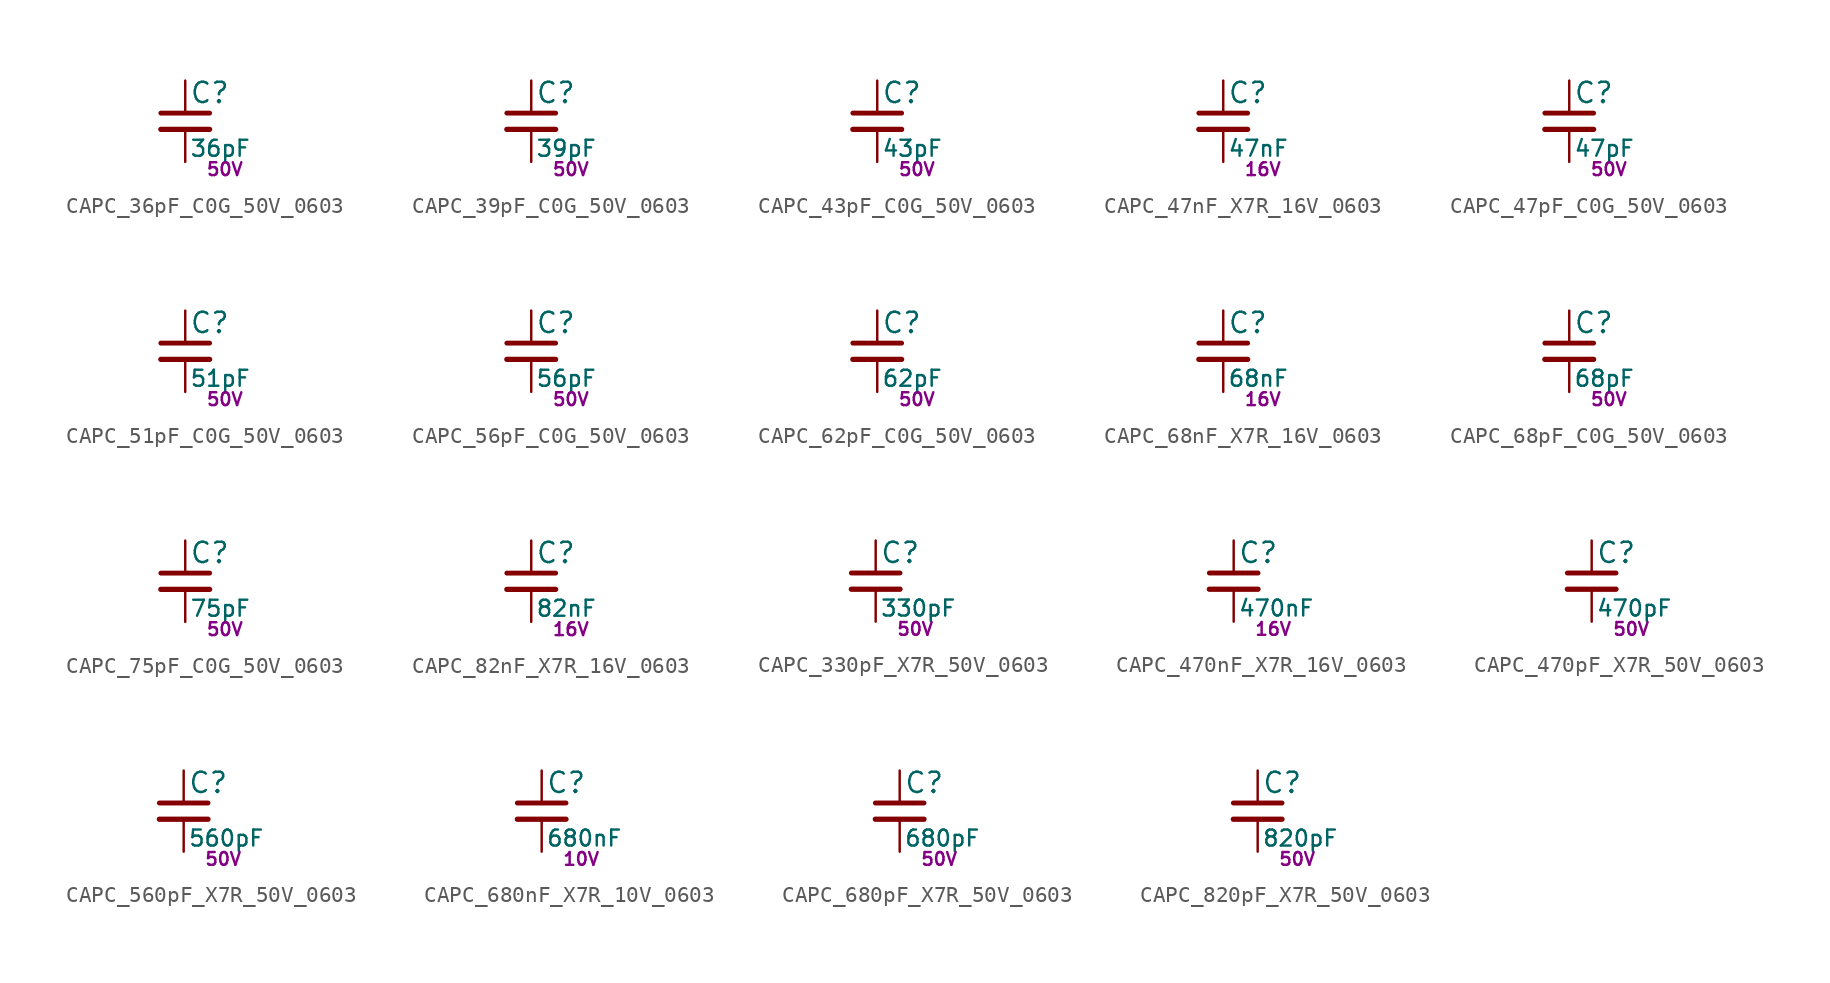
<source format=kicad_sym>
(kicad_symbol_lib
  (version 20211014)
  (generator kicad_LibGenerator)
  (symbol "CAPC_36pF_C0G_50V_0603"
    (pin_numbers hide)
    (pin_names
      (offset 0.254) hide)
    (property "Reference" "C"
      (at 0.254 1.778 0)
      (effects (font (size 1.27 1.27)) (justify left)))
    (property "Value" "36pF"
      (at 0.254 -1.7 0)
      (effects (font (size 1 1)) (justify left)))
    (property "Voltage" "50V"
      (at 1.27 -3 0)
      (effects (font (size 0.8 0.8)) (justify left)))
    (symbol "CAPC_36pF_C0G_50V_0603_0_1"
      (polyline (pts (xy -1.524 -0.508) (xy 1.524 -0.508)) (stroke (width 0.33) (type default) (color 0 0 0 0)) (fill (type none)))
      (polyline (pts (xy -1.524 0.508) (xy 1.524 0.508)) (stroke (width 0.305) (type default) (color 0 0 0 0)) (fill (type none))))
    (symbol "CAPC_36pF_C0G_50V_0603_1_1"
      (pin passive line (at 0 2.54 270) (length 2.032) (name "~" (effects (font (size 1.27 1.27)))) (number "1" (effects (font (size 1.27 1.27)))))
      (pin passive line (at 0 -2.54 90) (length 2.032) (name "~" (effects (font (size 1.27 1.27)))) (number "2" (effects (font (size 1.27 1.27)))))))
  (symbol "CAPC_39pF_C0G_50V_0603"
    (pin_numbers hide)
    (pin_names
      (offset 0.254) hide)
    (property "Reference" "C"
      (at 0.254 1.778 0)
      (effects (font (size 1.27 1.27)) (justify left)))
    (property "Value" "39pF"
      (at 0.254 -1.7 0)
      (effects (font (size 1 1)) (justify left)))
    (property "Voltage" "50V"
      (at 1.27 -3 0)
      (effects (font (size 0.8 0.8)) (justify left)))
    (symbol "CAPC_39pF_C0G_50V_0603_0_1"
      (polyline (pts (xy -1.524 -0.508) (xy 1.524 -0.508)) (stroke (width 0.33) (type default) (color 0 0 0 0)) (fill (type none)))
      (polyline (pts (xy -1.524 0.508) (xy 1.524 0.508)) (stroke (width 0.305) (type default) (color 0 0 0 0)) (fill (type none))))
    (symbol "CAPC_39pF_C0G_50V_0603_1_1"
      (pin passive line (at 0 2.54 270) (length 2.032) (name "~" (effects (font (size 1.27 1.27)))) (number "1" (effects (font (size 1.27 1.27)))))
      (pin passive line (at 0 -2.54 90) (length 2.032) (name "~" (effects (font (size 1.27 1.27)))) (number "2" (effects (font (size 1.27 1.27)))))))
  (symbol "CAPC_43pF_C0G_50V_0603"
    (pin_numbers hide)
    (pin_names
      (offset 0.254) hide)
    (property "Reference" "C"
      (at 0.254 1.778 0)
      (effects (font (size 1.27 1.27)) (justify left)))
    (property "Value" "43pF"
      (at 0.254 -1.7 0)
      (effects (font (size 1 1)) (justify left)))
    (property "Voltage" "50V"
      (at 1.27 -3 0)
      (effects (font (size 0.8 0.8)) (justify left)))
    (symbol "CAPC_43pF_C0G_50V_0603_0_1"
      (polyline (pts (xy -1.524 -0.508) (xy 1.524 -0.508)) (stroke (width 0.33) (type default) (color 0 0 0 0)) (fill (type none)))
      (polyline (pts (xy -1.524 0.508) (xy 1.524 0.508)) (stroke (width 0.305) (type default) (color 0 0 0 0)) (fill (type none))))
    (symbol "CAPC_43pF_C0G_50V_0603_1_1"
      (pin passive line (at 0 2.54 270) (length 2.032) (name "~" (effects (font (size 1.27 1.27)))) (number "1" (effects (font (size 1.27 1.27)))))
      (pin passive line (at 0 -2.54 90) (length 2.032) (name "~" (effects (font (size 1.27 1.27)))) (number "2" (effects (font (size 1.27 1.27)))))))
  (symbol "CAPC_47nF_X7R_16V_0603"
    (pin_numbers hide)
    (pin_names
      (offset 0.254) hide)
    (property "Reference" "C"
      (at 0.254 1.778 0)
      (effects (font (size 1.27 1.27)) (justify left)))
    (property "Value" "47nF"
      (at 0.254 -1.7 0)
      (effects (font (size 1 1)) (justify left)))
    (property "Voltage" "16V"
      (at 1.27 -3 0)
      (effects (font (size 0.8 0.8)) (justify left)))
    (symbol "CAPC_47nF_X7R_16V_0603_0_1"
      (polyline (pts (xy -1.524 -0.508) (xy 1.524 -0.508)) (stroke (width 0.33) (type default) (color 0 0 0 0)) (fill (type none)))
      (polyline (pts (xy -1.524 0.508) (xy 1.524 0.508)) (stroke (width 0.305) (type default) (color 0 0 0 0)) (fill (type none))))
    (symbol "CAPC_47nF_X7R_16V_0603_1_1"
      (pin passive line (at 0 2.54 270) (length 2.032) (name "~" (effects (font (size 1.27 1.27)))) (number "1" (effects (font (size 1.27 1.27)))))
      (pin passive line (at 0 -2.54 90) (length 2.032) (name "~" (effects (font (size 1.27 1.27)))) (number "2" (effects (font (size 1.27 1.27)))))))
  (symbol "CAPC_47pF_C0G_50V_0603"
    (pin_numbers hide)
    (pin_names
      (offset 0.254) hide)
    (property "Reference" "C"
      (at 0.254 1.778 0)
      (effects (font (size 1.27 1.27)) (justify left)))
    (property "Value" "47pF"
      (at 0.254 -1.7 0)
      (effects (font (size 1 1)) (justify left)))
    (property "Voltage" "50V"
      (at 1.27 -3 0)
      (effects (font (size 0.8 0.8)) (justify left)))
    (symbol "CAPC_47pF_C0G_50V_0603_0_1"
      (polyline (pts (xy -1.524 -0.508) (xy 1.524 -0.508)) (stroke (width 0.33) (type default) (color 0 0 0 0)) (fill (type none)))
      (polyline (pts (xy -1.524 0.508) (xy 1.524 0.508)) (stroke (width 0.305) (type default) (color 0 0 0 0)) (fill (type none))))
    (symbol "CAPC_47pF_C0G_50V_0603_1_1"
      (pin passive line (at 0 2.54 270) (length 2.032) (name "~" (effects (font (size 1.27 1.27)))) (number "1" (effects (font (size 1.27 1.27)))))
      (pin passive line (at 0 -2.54 90) (length 2.032) (name "~" (effects (font (size 1.27 1.27)))) (number "2" (effects (font (size 1.27 1.27)))))))
  (symbol "CAPC_51pF_C0G_50V_0603"
    (pin_numbers hide)
    (pin_names
      (offset 0.254) hide)
    (property "Reference" "C"
      (at 0.254 1.778 0)
      (effects (font (size 1.27 1.27)) (justify left)))
    (property "Value" "51pF"
      (at 0.254 -1.7 0)
      (effects (font (size 1 1)) (justify left)))
    (property "Voltage" "50V"
      (at 1.27 -3 0)
      (effects (font (size 0.8 0.8)) (justify left)))
    (symbol "CAPC_51pF_C0G_50V_0603_0_1"
      (polyline (pts (xy -1.524 -0.508) (xy 1.524 -0.508)) (stroke (width 0.33) (type default) (color 0 0 0 0)) (fill (type none)))
      (polyline (pts (xy -1.524 0.508) (xy 1.524 0.508)) (stroke (width 0.305) (type default) (color 0 0 0 0)) (fill (type none))))
    (symbol "CAPC_51pF_C0G_50V_0603_1_1"
      (pin passive line (at 0 2.54 270) (length 2.032) (name "~" (effects (font (size 1.27 1.27)))) (number "1" (effects (font (size 1.27 1.27)))))
      (pin passive line (at 0 -2.54 90) (length 2.032) (name "~" (effects (font (size 1.27 1.27)))) (number "2" (effects (font (size 1.27 1.27)))))))
  (symbol "CAPC_56pF_C0G_50V_0603"
    (pin_numbers hide)
    (pin_names
      (offset 0.254) hide)
    (property "Reference" "C"
      (at 0.254 1.778 0)
      (effects (font (size 1.27 1.27)) (justify left)))
    (property "Value" "56pF"
      (at 0.254 -1.7 0)
      (effects (font (size 1 1)) (justify left)))
    (property "Voltage" "50V"
      (at 1.27 -3 0)
      (effects (font (size 0.8 0.8)) (justify left)))
    (symbol "CAPC_56pF_C0G_50V_0603_0_1"
      (polyline (pts (xy -1.524 -0.508) (xy 1.524 -0.508)) (stroke (width 0.33) (type default) (color 0 0 0 0)) (fill (type none)))
      (polyline (pts (xy -1.524 0.508) (xy 1.524 0.508)) (stroke (width 0.305) (type default) (color 0 0 0 0)) (fill (type none))))
    (symbol "CAPC_56pF_C0G_50V_0603_1_1"
      (pin passive line (at 0 2.54 270) (length 2.032) (name "~" (effects (font (size 1.27 1.27)))) (number "1" (effects (font (size 1.27 1.27)))))
      (pin passive line (at 0 -2.54 90) (length 2.032) (name "~" (effects (font (size 1.27 1.27)))) (number "2" (effects (font (size 1.27 1.27)))))))
  (symbol "CAPC_62pF_C0G_50V_0603"
    (pin_numbers hide)
    (pin_names
      (offset 0.254) hide)
    (property "Reference" "C"
      (at 0.254 1.778 0)
      (effects (font (size 1.27 1.27)) (justify left)))
    (property "Value" "62pF"
      (at 0.254 -1.7 0)
      (effects (font (size 1 1)) (justify left)))
    (property "Voltage" "50V"
      (at 1.27 -3 0)
      (effects (font (size 0.8 0.8)) (justify left)))
    (symbol "CAPC_62pF_C0G_50V_0603_0_1"
      (polyline (pts (xy -1.524 -0.508) (xy 1.524 -0.508)) (stroke (width 0.33) (type default) (color 0 0 0 0)) (fill (type none)))
      (polyline (pts (xy -1.524 0.508) (xy 1.524 0.508)) (stroke (width 0.305) (type default) (color 0 0 0 0)) (fill (type none))))
    (symbol "CAPC_62pF_C0G_50V_0603_1_1"
      (pin passive line (at 0 2.54 270) (length 2.032) (name "~" (effects (font (size 1.27 1.27)))) (number "1" (effects (font (size 1.27 1.27)))))
      (pin passive line (at 0 -2.54 90) (length 2.032) (name "~" (effects (font (size 1.27 1.27)))) (number "2" (effects (font (size 1.27 1.27)))))))
  (symbol "CAPC_68nF_X7R_16V_0603"
    (pin_numbers hide)
    (pin_names
      (offset 0.254) hide)
    (property "Reference" "C"
      (at 0.254 1.778 0)
      (effects (font (size 1.27 1.27)) (justify left)))
    (property "Value" "68nF"
      (at 0.254 -1.7 0)
      (effects (font (size 1 1)) (justify left)))
    (property "Voltage" "16V"
      (at 1.27 -3 0)
      (effects (font (size 0.8 0.8)) (justify left)))
    (symbol "CAPC_68nF_X7R_16V_0603_0_1"
      (polyline (pts (xy -1.524 -0.508) (xy 1.524 -0.508)) (stroke (width 0.33) (type default) (color 0 0 0 0)) (fill (type none)))
      (polyline (pts (xy -1.524 0.508) (xy 1.524 0.508)) (stroke (width 0.305) (type default) (color 0 0 0 0)) (fill (type none))))
    (symbol "CAPC_68nF_X7R_16V_0603_1_1"
      (pin passive line (at 0 2.54 270) (length 2.032) (name "~" (effects (font (size 1.27 1.27)))) (number "1" (effects (font (size 1.27 1.27)))))
      (pin passive line (at 0 -2.54 90) (length 2.032) (name "~" (effects (font (size 1.27 1.27)))) (number "2" (effects (font (size 1.27 1.27)))))))
  (symbol "CAPC_68pF_C0G_50V_0603"
    (pin_numbers hide)
    (pin_names
      (offset 0.254) hide)
    (property "Reference" "C"
      (at 0.254 1.778 0)
      (effects (font (size 1.27 1.27)) (justify left)))
    (property "Value" "68pF"
      (at 0.254 -1.7 0)
      (effects (font (size 1 1)) (justify left)))
    (property "Voltage" "50V"
      (at 1.27 -3 0)
      (effects (font (size 0.8 0.8)) (justify left)))
    (symbol "CAPC_68pF_C0G_50V_0603_0_1"
      (polyline (pts (xy -1.524 -0.508) (xy 1.524 -0.508)) (stroke (width 0.33) (type default) (color 0 0 0 0)) (fill (type none)))
      (polyline (pts (xy -1.524 0.508) (xy 1.524 0.508)) (stroke (width 0.305) (type default) (color 0 0 0 0)) (fill (type none))))
    (symbol "CAPC_68pF_C0G_50V_0603_1_1"
      (pin passive line (at 0 2.54 270) (length 2.032) (name "~" (effects (font (size 1.27 1.27)))) (number "1" (effects (font (size 1.27 1.27)))))
      (pin passive line (at 0 -2.54 90) (length 2.032) (name "~" (effects (font (size 1.27 1.27)))) (number "2" (effects (font (size 1.27 1.27)))))))
  (symbol "CAPC_75pF_C0G_50V_0603"
    (pin_numbers hide)
    (pin_names
      (offset 0.254) hide)
    (property "Reference" "C"
      (at 0.254 1.778 0)
      (effects (font (size 1.27 1.27)) (justify left)))
    (property "Value" "75pF"
      (at 0.254 -1.7 0)
      (effects (font (size 1 1)) (justify left)))
    (property "Voltage" "50V"
      (at 1.27 -3 0)
      (effects (font (size 0.8 0.8)) (justify left)))
    (symbol "CAPC_75pF_C0G_50V_0603_0_1"
      (polyline (pts (xy -1.524 -0.508) (xy 1.524 -0.508)) (stroke (width 0.33) (type default) (color 0 0 0 0)) (fill (type none)))
      (polyline (pts (xy -1.524 0.508) (xy 1.524 0.508)) (stroke (width 0.305) (type default) (color 0 0 0 0)) (fill (type none))))
    (symbol "CAPC_75pF_C0G_50V_0603_1_1"
      (pin passive line (at 0 2.54 270) (length 2.032) (name "~" (effects (font (size 1.27 1.27)))) (number "1" (effects (font (size 1.27 1.27)))))
      (pin passive line (at 0 -2.54 90) (length 2.032) (name "~" (effects (font (size 1.27 1.27)))) (number "2" (effects (font (size 1.27 1.27)))))))
  (symbol "CAPC_82nF_X7R_16V_0603"
    (pin_numbers hide)
    (pin_names
      (offset 0.254) hide)
    (property "Reference" "C"
      (at 0.254 1.778 0)
      (effects (font (size 1.27 1.27)) (justify left)))
    (property "Value" "82nF"
      (at 0.254 -1.7 0)
      (effects (font (size 1 1)) (justify left)))
    (property "Voltage" "16V"
      (at 1.27 -3 0)
      (effects (font (size 0.8 0.8)) (justify left)))
    (symbol "CAPC_82nF_X7R_16V_0603_0_1"
      (polyline (pts (xy -1.524 -0.508) (xy 1.524 -0.508)) (stroke (width 0.33) (type default) (color 0 0 0 0)) (fill (type none)))
      (polyline (pts (xy -1.524 0.508) (xy 1.524 0.508)) (stroke (width 0.305) (type default) (color 0 0 0 0)) (fill (type none))))
    (symbol "CAPC_82nF_X7R_16V_0603_1_1"
      (pin passive line (at 0 2.54 270) (length 2.032) (name "~" (effects (font (size 1.27 1.27)))) (number "1" (effects (font (size 1.27 1.27)))))
      (pin passive line (at 0 -2.54 90) (length 2.032) (name "~" (effects (font (size 1.27 1.27)))) (number "2" (effects (font (size 1.27 1.27)))))))
  (symbol "CAPC_330pF_X7R_50V_0603"
    (pin_numbers hide)
    (pin_names
      (offset 0.254) hide)
    (property "Reference" "C"
      (at 0.254 1.778 0)
      (effects (font (size 1.27 1.27)) (justify left)))
    (property "Value" "330pF"
      (at 0.254 -1.7 0)
      (effects (font (size 1 1)) (justify left)))
    (property "Voltage" "50V"
      (at 1.27 -3 0)
      (effects (font (size 0.8 0.8)) (justify left)))
    (symbol "CAPC_330pF_X7R_50V_0603_0_1"
      (polyline (pts (xy -1.524 -0.508) (xy 1.524 -0.508)) (stroke (width 0.33) (type default) (color 0 0 0 0)) (fill (type none)))
      (polyline (pts (xy -1.524 0.508) (xy 1.524 0.508)) (stroke (width 0.305) (type default) (color 0 0 0 0)) (fill (type none))))
    (symbol "CAPC_330pF_X7R_50V_0603_1_1"
      (pin passive line (at 0 2.54 270) (length 2.032) (name "~" (effects (font (size 1.27 1.27)))) (number "1" (effects (font (size 1.27 1.27)))))
      (pin passive line (at 0 -2.54 90) (length 2.032) (name "~" (effects (font (size 1.27 1.27)))) (number "2" (effects (font (size 1.27 1.27)))))))
  (symbol "CAPC_470nF_X7R_16V_0603"
    (pin_numbers hide)
    (pin_names
      (offset 0.254) hide)
    (property "Reference" "C"
      (at 0.254 1.778 0)
      (effects (font (size 1.27 1.27)) (justify left)))
    (property "Value" "470nF"
      (at 0.254 -1.7 0)
      (effects (font (size 1 1)) (justify left)))
    (property "Voltage" "16V"
      (at 1.27 -3 0)
      (effects (font (size 0.8 0.8)) (justify left)))
    (symbol "CAPC_470nF_X7R_16V_0603_0_1"
      (polyline (pts (xy -1.524 -0.508) (xy 1.524 -0.508)) (stroke (width 0.33) (type default) (color 0 0 0 0)) (fill (type none)))
      (polyline (pts (xy -1.524 0.508) (xy 1.524 0.508)) (stroke (width 0.305) (type default) (color 0 0 0 0)) (fill (type none))))
    (symbol "CAPC_470nF_X7R_16V_0603_1_1"
      (pin passive line (at 0 2.54 270) (length 2.032) (name "~" (effects (font (size 1.27 1.27)))) (number "1" (effects (font (size 1.27 1.27)))))
      (pin passive line (at 0 -2.54 90) (length 2.032) (name "~" (effects (font (size 1.27 1.27)))) (number "2" (effects (font (size 1.27 1.27)))))))
  (symbol "CAPC_470pF_X7R_50V_0603"
    (pin_numbers hide)
    (pin_names
      (offset 0.254) hide)
    (property "Reference" "C"
      (at 0.254 1.778 0)
      (effects (font (size 1.27 1.27)) (justify left)))
    (property "Value" "470pF"
      (at 0.254 -1.7 0)
      (effects (font (size 1 1)) (justify left)))
    (property "Voltage" "50V"
      (at 1.27 -3 0)
      (effects (font (size 0.8 0.8)) (justify left)))
    (symbol "CAPC_470pF_X7R_50V_0603_0_1"
      (polyline (pts (xy -1.524 -0.508) (xy 1.524 -0.508)) (stroke (width 0.33) (type default) (color 0 0 0 0)) (fill (type none)))
      (polyline (pts (xy -1.524 0.508) (xy 1.524 0.508)) (stroke (width 0.305) (type default) (color 0 0 0 0)) (fill (type none))))
    (symbol "CAPC_470pF_X7R_50V_0603_1_1"
      (pin passive line (at 0 2.54 270) (length 2.032) (name "~" (effects (font (size 1.27 1.27)))) (number "1" (effects (font (size 1.27 1.27)))))
      (pin passive line (at 0 -2.54 90) (length 2.032) (name "~" (effects (font (size 1.27 1.27)))) (number "2" (effects (font (size 1.27 1.27)))))))
  (symbol "CAPC_560pF_X7R_50V_0603"
    (pin_numbers hide)
    (pin_names
      (offset 0.254) hide)
    (property "Reference" "C"
      (at 0.254 1.778 0)
      (effects (font (size 1.27 1.27)) (justify left)))
    (property "Value" "560pF"
      (at 0.254 -1.7 0)
      (effects (font (size 1 1)) (justify left)))
    (property "Voltage" "50V"
      (at 1.27 -3 0)
      (effects (font (size 0.8 0.8)) (justify left)))
    (symbol "CAPC_560pF_X7R_50V_0603_0_1"
      (polyline (pts (xy -1.524 -0.508) (xy 1.524 -0.508)) (stroke (width 0.33) (type default) (color 0 0 0 0)) (fill (type none)))
      (polyline (pts (xy -1.524 0.508) (xy 1.524 0.508)) (stroke (width 0.305) (type default) (color 0 0 0 0)) (fill (type none))))
    (symbol "CAPC_560pF_X7R_50V_0603_1_1"
      (pin passive line (at 0 2.54 270) (length 2.032) (name "~" (effects (font (size 1.27 1.27)))) (number "1" (effects (font (size 1.27 1.27)))))
      (pin passive line (at 0 -2.54 90) (length 2.032) (name "~" (effects (font (size 1.27 1.27)))) (number "2" (effects (font (size 1.27 1.27)))))))
  (symbol "CAPC_680nF_X7R_10V_0603"
    (pin_numbers hide)
    (pin_names
      (offset 0.254) hide)
    (property "Reference" "C"
      (at 0.254 1.778 0)
      (effects (font (size 1.27 1.27)) (justify left)))
    (property "Value" "680nF"
      (at 0.254 -1.7 0)
      (effects (font (size 1 1)) (justify left)))
    (property "Voltage" "10V"
      (at 1.27 -3 0)
      (effects (font (size 0.8 0.8)) (justify left)))
    (symbol "CAPC_680nF_X7R_10V_0603_0_1"
      (polyline (pts (xy -1.524 -0.508) (xy 1.524 -0.508)) (stroke (width 0.33) (type default) (color 0 0 0 0)) (fill (type none)))
      (polyline (pts (xy -1.524 0.508) (xy 1.524 0.508)) (stroke (width 0.305) (type default) (color 0 0 0 0)) (fill (type none))))
    (symbol "CAPC_680nF_X7R_10V_0603_1_1"
      (pin passive line (at 0 2.54 270) (length 2.032) (name "~" (effects (font (size 1.27 1.27)))) (number "1" (effects (font (size 1.27 1.27)))))
      (pin passive line (at 0 -2.54 90) (length 2.032) (name "~" (effects (font (size 1.27 1.27)))) (number "2" (effects (font (size 1.27 1.27)))))))
  (symbol "CAPC_680pF_X7R_50V_0603"
    (pin_numbers hide)
    (pin_names
      (offset 0.254) hide)
    (property "Reference" "C"
      (at 0.254 1.778 0)
      (effects (font (size 1.27 1.27)) (justify left)))
    (property "Value" "680pF"
      (at 0.254 -1.7 0)
      (effects (font (size 1 1)) (justify left)))
    (property "Voltage" "50V"
      (at 1.27 -3 0)
      (effects (font (size 0.8 0.8)) (justify left)))
    (symbol "CAPC_680pF_X7R_50V_0603_0_1"
      (polyline (pts (xy -1.524 -0.508) (xy 1.524 -0.508)) (stroke (width 0.33) (type default) (color 0 0 0 0)) (fill (type none)))
      (polyline (pts (xy -1.524 0.508) (xy 1.524 0.508)) (stroke (width 0.305) (type default) (color 0 0 0 0)) (fill (type none))))
    (symbol "CAPC_680pF_X7R_50V_0603_1_1"
      (pin passive line (at 0 2.54 270) (length 2.032) (name "~" (effects (font (size 1.27 1.27)))) (number "1" (effects (font (size 1.27 1.27)))))
      (pin passive line (at 0 -2.54 90) (length 2.032) (name "~" (effects (font (size 1.27 1.27)))) (number "2" (effects (font (size 1.27 1.27)))))))
  (symbol "CAPC_820pF_X7R_50V_0603"
    (pin_numbers hide)
    (pin_names
      (offset 0.254) hide)
    (property "Reference" "C"
      (at 0.254 1.778 0)
      (effects (font (size 1.27 1.27)) (justify left)))
    (property "Value" "820pF"
      (at 0.254 -1.7 0)
      (effects (font (size 1 1)) (justify left)))
    (property "Voltage" "50V"
      (at 1.27 -3 0)
      (effects (font (size 0.8 0.8)) (justify left)))
    (symbol "CAPC_820pF_X7R_50V_0603_0_1"
      (polyline (pts (xy -1.524 -0.508) (xy 1.524 -0.508)) (stroke (width 0.33) (type default) (color 0 0 0 0)) (fill (type none)))
      (polyline (pts (xy -1.524 0.508) (xy 1.524 0.508)) (stroke (width 0.305) (type default) (color 0 0 0 0)) (fill (type none))))
    (symbol "CAPC_820pF_X7R_50V_0603_1_1"
      (pin passive line (at 0 2.54 270) (length 2.032) (name "~" (effects (font (size 1.27 1.27)))) (number "1" (effects (font (size 1.27 1.27)))))
      (pin passive line (at 0 -2.54 90) (length 2.032) (name "~" (effects (font (size 1.27 1.27)))) (number "2" (effects (font (size 1.27 1.27))))))))
</source>
